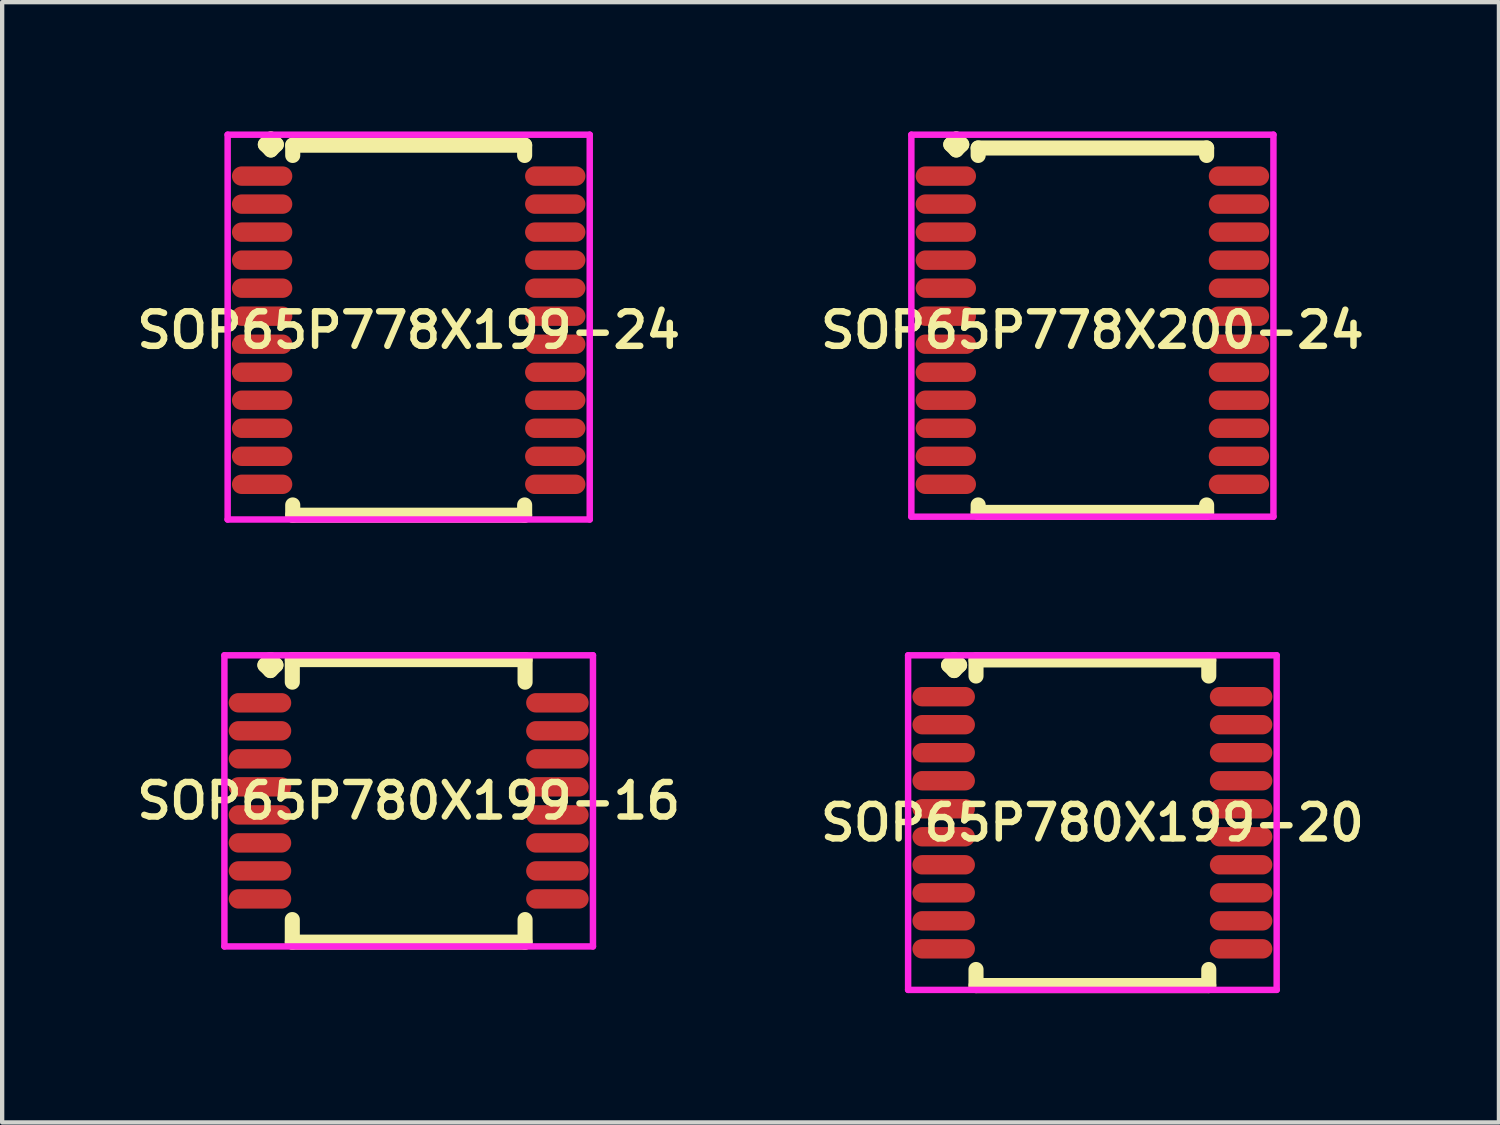
<source format=kicad_pcb>
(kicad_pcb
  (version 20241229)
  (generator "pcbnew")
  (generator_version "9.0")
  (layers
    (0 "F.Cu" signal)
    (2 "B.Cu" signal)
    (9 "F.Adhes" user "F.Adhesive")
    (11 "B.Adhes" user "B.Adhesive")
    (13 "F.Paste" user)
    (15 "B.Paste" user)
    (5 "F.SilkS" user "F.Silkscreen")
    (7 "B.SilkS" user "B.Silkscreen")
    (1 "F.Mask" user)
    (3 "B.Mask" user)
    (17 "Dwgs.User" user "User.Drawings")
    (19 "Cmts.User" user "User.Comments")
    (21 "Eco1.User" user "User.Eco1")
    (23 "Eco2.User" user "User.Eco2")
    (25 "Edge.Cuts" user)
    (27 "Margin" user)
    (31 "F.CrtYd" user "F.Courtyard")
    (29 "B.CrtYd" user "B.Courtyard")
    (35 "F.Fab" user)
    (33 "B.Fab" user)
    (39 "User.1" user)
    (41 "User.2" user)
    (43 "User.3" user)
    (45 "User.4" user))
  (footprint "SOP65P780X199-16"
    (layer "F.Cu")
    (at 6.431 15.529)
    (property "Reference" "SOP65P780X199-16" (at 0 0 0) (layer "F.SilkS") (effects (font (size 0.8 0.8) (thickness 0.15))))
    (attr smd)
    (fp_line (start -3.335 -3.15) (end -3.208 -3.277) (stroke (width 0.35) (type solid)) (layer "F.SilkS"))
    (fp_line (start -3.208 -3.277) (end -3.081 -3.15) (stroke (width 0.35) (type solid)) (layer "F.SilkS"))
    (fp_line (start -3.208 -3.023) (end -3.335 -3.15) (stroke (width 0.35) (type solid)) (layer "F.SilkS"))
    (fp_line (start -3.081 -3.15) (end -3.208 -3.023) (stroke (width 0.35) (type solid)) (layer "F.SilkS"))
    (fp_line (start -2.7 -3.277) (end 2.7 -3.277) (stroke (width 0.35) (type solid)) (layer "F.SilkS"))
    (fp_line (start -2.7 -2.754) (end -2.7 -3.277) (stroke (width 0.35) (type solid)) (layer "F.SilkS"))
    (fp_line (start -2.7 2.754) (end -2.7 3.277) (stroke (width 0.35) (type solid)) (layer "F.SilkS"))
    (fp_line (start -2.7 3.277) (end 2.7 3.277) (stroke (width 0.35) (type solid)) (layer "F.SilkS"))
    (fp_line (start 2.7 -3.277) (end 2.7 -2.754) (stroke (width 0.35) (type solid)) (layer "F.SilkS"))
    (fp_line (start 2.7 3.277) (end 2.7 2.754) (stroke (width 0.35) (type solid)) (layer "F.SilkS"))
    (fp_line (start -4.275 -3.377) (end 4.275 -3.377) (stroke (width 0.15) (type solid)) (layer "F.CrtYd"))
    (fp_line (start -4.275 3.377) (end -4.275 -3.377) (stroke (width 0.15) (type solid)) (layer "F.CrtYd"))
    (fp_line (start 4.275 -3.377) (end 4.275 3.377) (stroke (width 0.15) (type solid)) (layer "F.CrtYd"))
    (fp_line (start 4.275 3.377) (end -4.275 3.377) (stroke (width 0.15) (type solid)) (layer "F.CrtYd"))
    (pad "1" smd oval (at -3.45 -2.275) (size 1.45 0.45) (layers "F.Cu" "F.Mask" "F.Paste"))
    (pad "2" smd oval (at -3.45 -1.625) (size 1.45 0.45) (layers "F.Cu" "F.Mask" "F.Paste"))
    (pad "3" smd oval (at -3.45 -0.975) (size 1.45 0.45) (layers "F.Cu" "F.Mask" "F.Paste"))
    (pad "4" smd oval (at -3.45 -0.325) (size 1.45 0.45) (layers "F.Cu" "F.Mask" "F.Paste"))
    (pad "5" smd oval (at -3.45 0.325) (size 1.45 0.45) (layers "F.Cu" "F.Mask" "F.Paste"))
    (pad "6" smd oval (at -3.45 0.975) (size 1.45 0.45) (layers "F.Cu" "F.Mask" "F.Paste"))
    (pad "7" smd oval (at -3.45 1.625) (size 1.45 0.45) (layers "F.Cu" "F.Mask" "F.Paste"))
    (pad "8" smd oval (at -3.45 2.275) (size 1.45 0.45) (layers "F.Cu" "F.Mask" "F.Paste"))
    (pad "9" smd oval (at 3.45 2.275) (size 1.45 0.45) (layers "F.Cu" "F.Mask" "F.Paste"))
    (pad "10" smd oval (at 3.45 1.625) (size 1.45 0.45) (layers "F.Cu" "F.Mask" "F.Paste"))
    (pad "11" smd oval (at 3.45 0.975) (size 1.45 0.45) (layers "F.Cu" "F.Mask" "F.Paste"))
    (pad "12" smd oval (at 3.45 0.325) (size 1.45 0.45) (layers "F.Cu" "F.Mask" "F.Paste"))
    (pad "13" smd oval (at 3.45 -0.325) (size 1.45 0.45) (layers "F.Cu" "F.Mask" "F.Paste"))
    (pad "14" smd oval (at 3.45 -0.975) (size 1.45 0.45) (layers "F.Cu" "F.Mask" "F.Paste"))
    (pad "15" smd oval (at 3.45 -1.625) (size 1.45 0.45) (layers "F.Cu" "F.Mask" "F.Paste"))
    (pad "16" smd oval (at 3.45 -2.275) (size 1.45 0.45) (layers "F.Cu" "F.Mask" "F.Paste")))
  (footprint "SOP65P778X200-24"
    (layer "F.Cu")
    (at 22.292 4.61)
    (property "Reference" "SOP65P778X200-24" (at 0 0 0) (layer "F.SilkS") (effects (font (size 0.8 0.8) (thickness 0.15))))
    (attr smd)
    (fp_line (start -3.285 -4.308) (end -3.158 -4.435) (stroke (width 0.35) (type solid)) (layer "F.SilkS"))
    (fp_line (start -3.158 -4.435) (end -3.031 -4.308) (stroke (width 0.35) (type solid)) (layer "F.SilkS"))
    (fp_line (start -3.158 -4.181) (end -3.285 -4.308) (stroke (width 0.35) (type solid)) (layer "F.SilkS"))
    (fp_line (start -3.031 -4.308) (end -3.158 -4.181) (stroke (width 0.35) (type solid)) (layer "F.SilkS"))
    (fp_line (start -2.65 -4.227) (end 2.65 -4.227) (stroke (width 0.35) (type solid)) (layer "F.SilkS"))
    (fp_line (start -2.65 -4.054) (end -2.65 -4.227) (stroke (width 0.35) (type solid)) (layer "F.SilkS"))
    (fp_line (start -2.65 4.054) (end -2.65 4.227) (stroke (width 0.35) (type solid)) (layer "F.SilkS"))
    (fp_line (start -2.65 4.227) (end 2.65 4.227) (stroke (width 0.35) (type solid)) (layer "F.SilkS"))
    (fp_line (start 2.65 -4.227) (end 2.65 -4.054) (stroke (width 0.35) (type solid)) (layer "F.SilkS"))
    (fp_line (start 2.65 4.227) (end 2.65 4.054) (stroke (width 0.35) (type solid)) (layer "F.SilkS"))
    (fp_line (start -4.2 -4.535) (end 4.2 -4.535) (stroke (width 0.15) (type solid)) (layer "F.CrtYd"))
    (fp_line (start -4.2 4.327) (end -4.2 -4.535) (stroke (width 0.15) (type solid)) (layer "F.CrtYd"))
    (fp_line (start 4.2 -4.535) (end 4.2 4.327) (stroke (width 0.15) (type solid)) (layer "F.CrtYd"))
    (fp_line (start 4.2 4.327) (end -4.2 4.327) (stroke (width 0.15) (type solid)) (layer "F.CrtYd"))
    (pad "1" smd oval (at -3.4 -3.575) (size 1.4 0.45) (layers "F.Cu" "F.Mask" "F.Paste"))
    (pad "2" smd oval (at -3.4 -2.925) (size 1.4 0.45) (layers "F.Cu" "F.Mask" "F.Paste"))
    (pad "3" smd oval (at -3.4 -2.275) (size 1.4 0.45) (layers "F.Cu" "F.Mask" "F.Paste"))
    (pad "4" smd oval (at -3.4 -1.625) (size 1.4 0.45) (layers "F.Cu" "F.Mask" "F.Paste"))
    (pad "5" smd oval (at -3.4 -0.975) (size 1.4 0.45) (layers "F.Cu" "F.Mask" "F.Paste"))
    (pad "6" smd oval (at -3.4 -0.325) (size 1.4 0.45) (layers "F.Cu" "F.Mask" "F.Paste"))
    (pad "7" smd oval (at -3.4 0.325) (size 1.4 0.45) (layers "F.Cu" "F.Mask" "F.Paste"))
    (pad "8" smd oval (at -3.4 0.975) (size 1.4 0.45) (layers "F.Cu" "F.Mask" "F.Paste"))
    (pad "9" smd oval (at -3.4 1.625) (size 1.4 0.45) (layers "F.Cu" "F.Mask" "F.Paste"))
    (pad "10" smd oval (at -3.4 2.275) (size 1.4 0.45) (layers "F.Cu" "F.Mask" "F.Paste"))
    (pad "11" smd oval (at -3.4 2.925) (size 1.4 0.45) (layers "F.Cu" "F.Mask" "F.Paste"))
    (pad "12" smd oval (at -3.4 3.575) (size 1.4 0.45) (layers "F.Cu" "F.Mask" "F.Paste"))
    (pad "13" smd oval (at 3.4 3.575) (size 1.4 0.45) (layers "F.Cu" "F.Mask" "F.Paste"))
    (pad "14" smd oval (at 3.4 2.925) (size 1.4 0.45) (layers "F.Cu" "F.Mask" "F.Paste"))
    (pad "15" smd oval (at 3.4 2.275) (size 1.4 0.45) (layers "F.Cu" "F.Mask" "F.Paste"))
    (pad "16" smd oval (at 3.4 1.625) (size 1.4 0.45) (layers "F.Cu" "F.Mask" "F.Paste"))
    (pad "17" smd oval (at 3.4 0.975) (size 1.4 0.45) (layers "F.Cu" "F.Mask" "F.Paste"))
    (pad "18" smd oval (at 3.4 0.325) (size 1.4 0.45) (layers "F.Cu" "F.Mask" "F.Paste"))
    (pad "19" smd oval (at 3.4 -0.325) (size 1.4 0.45) (layers "F.Cu" "F.Mask" "F.Paste"))
    (pad "20" smd oval (at 3.4 -0.975) (size 1.4 0.45) (layers "F.Cu" "F.Mask" "F.Paste"))
    (pad "21" smd oval (at 3.4 -1.625) (size 1.4 0.45) (layers "F.Cu" "F.Mask" "F.Paste"))
    (pad "22" smd oval (at 3.4 -2.275) (size 1.4 0.45) (layers "F.Cu" "F.Mask" "F.Paste"))
    (pad "23" smd oval (at 3.4 -2.925) (size 1.4 0.45) (layers "F.Cu" "F.Mask" "F.Paste"))
    (pad "24" smd oval (at 3.4 -3.575) (size 1.4 0.45) (layers "F.Cu" "F.Mask" "F.Paste")))
  (footprint "SOP65P780X199-20"
    (layer "F.Cu")
    (at 22.292 16.037)
    (property "Reference" "SOP65P780X199-20" (at 0 0 0) (layer "F.SilkS") (effects (font (size 0.8 0.8) (thickness 0.15))))
    (attr smd)
    (fp_line (start -3.335 -3.658) (end -3.208 -3.785) (stroke (width 0.35) (type solid)) (layer "F.SilkS"))
    (fp_line (start -3.208 -3.785) (end -3.081 -3.658) (stroke (width 0.35) (type solid)) (layer "F.SilkS"))
    (fp_line (start -3.208 -3.531) (end -3.335 -3.658) (stroke (width 0.35) (type solid)) (layer "F.SilkS"))
    (fp_line (start -3.081 -3.658) (end -3.208 -3.531) (stroke (width 0.35) (type solid)) (layer "F.SilkS"))
    (fp_line (start -2.7 -3.777) (end 2.7 -3.777) (stroke (width 0.35) (type solid)) (layer "F.SilkS"))
    (fp_line (start -2.7 -3.404) (end -2.7 -3.777) (stroke (width 0.35) (type solid)) (layer "F.SilkS"))
    (fp_line (start -2.7 3.404) (end -2.7 3.777) (stroke (width 0.35) (type solid)) (layer "F.SilkS"))
    (fp_line (start -2.7 3.777) (end 2.7 3.777) (stroke (width 0.35) (type solid)) (layer "F.SilkS"))
    (fp_line (start 2.7 -3.777) (end 2.7 -3.404) (stroke (width 0.35) (type solid)) (layer "F.SilkS"))
    (fp_line (start 2.7 3.777) (end 2.7 3.404) (stroke (width 0.35) (type solid)) (layer "F.SilkS"))
    (fp_line (start -4.275 -3.885) (end 4.275 -3.885) (stroke (width 0.15) (type solid)) (layer "F.CrtYd"))
    (fp_line (start -4.275 3.877) (end -4.275 -3.885) (stroke (width 0.15) (type solid)) (layer "F.CrtYd"))
    (fp_line (start 4.275 -3.885) (end 4.275 3.877) (stroke (width 0.15) (type solid)) (layer "F.CrtYd"))
    (fp_line (start 4.275 3.877) (end -4.275 3.877) (stroke (width 0.15) (type solid)) (layer "F.CrtYd"))
    (pad "1" smd oval (at -3.45 -2.925) (size 1.45 0.45) (layers "F.Cu" "F.Mask" "F.Paste"))
    (pad "2" smd oval (at -3.45 -2.275) (size 1.45 0.45) (layers "F.Cu" "F.Mask" "F.Paste"))
    (pad "3" smd oval (at -3.45 -1.625) (size 1.45 0.45) (layers "F.Cu" "F.Mask" "F.Paste"))
    (pad "4" smd oval (at -3.45 -0.975) (size 1.45 0.45) (layers "F.Cu" "F.Mask" "F.Paste"))
    (pad "5" smd oval (at -3.45 -0.325) (size 1.45 0.45) (layers "F.Cu" "F.Mask" "F.Paste"))
    (pad "6" smd oval (at -3.45 0.325) (size 1.45 0.45) (layers "F.Cu" "F.Mask" "F.Paste"))
    (pad "7" smd oval (at -3.45 0.975) (size 1.45 0.45) (layers "F.Cu" "F.Mask" "F.Paste"))
    (pad "8" smd oval (at -3.45 1.625) (size 1.45 0.45) (layers "F.Cu" "F.Mask" "F.Paste"))
    (pad "9" smd oval (at -3.45 2.275) (size 1.45 0.45) (layers "F.Cu" "F.Mask" "F.Paste"))
    (pad "10" smd oval (at -3.45 2.925) (size 1.45 0.45) (layers "F.Cu" "F.Mask" "F.Paste"))
    (pad "11" smd oval (at 3.45 2.925) (size 1.45 0.45) (layers "F.Cu" "F.Mask" "F.Paste"))
    (pad "12" smd oval (at 3.45 2.275) (size 1.45 0.45) (layers "F.Cu" "F.Mask" "F.Paste"))
    (pad "13" smd oval (at 3.45 1.625) (size 1.45 0.45) (layers "F.Cu" "F.Mask" "F.Paste"))
    (pad "14" smd oval (at 3.45 0.975) (size 1.45 0.45) (layers "F.Cu" "F.Mask" "F.Paste"))
    (pad "15" smd oval (at 3.45 0.325) (size 1.45 0.45) (layers "F.Cu" "F.Mask" "F.Paste"))
    (pad "16" smd oval (at 3.45 -0.325) (size 1.45 0.45) (layers "F.Cu" "F.Mask" "F.Paste"))
    (pad "17" smd oval (at 3.45 -0.975) (size 1.45 0.45) (layers "F.Cu" "F.Mask" "F.Paste"))
    (pad "18" smd oval (at 3.45 -1.625) (size 1.45 0.45) (layers "F.Cu" "F.Mask" "F.Paste"))
    (pad "19" smd oval (at 3.45 -2.275) (size 1.45 0.45) (layers "F.Cu" "F.Mask" "F.Paste"))
    (pad "20" smd oval (at 3.45 -2.925) (size 1.45 0.45) (layers "F.Cu" "F.Mask" "F.Paste")))
  (footprint "SOP65P778X199-24"
    (layer "F.Cu")
    (at 6.431 4.61)
    (property "Reference" "SOP65P778X199-24" (at 0 0 0) (layer "F.SilkS") (effects (font (size 0.8 0.8) (thickness 0.15))))
    (attr smd)
    (fp_line (start -3.325 -4.308) (end -3.198 -4.435) (stroke (width 0.35) (type solid)) (layer "F.SilkS"))
    (fp_line (start -3.198 -4.435) (end -3.071 -4.308) (stroke (width 0.35) (type solid)) (layer "F.SilkS"))
    (fp_line (start -3.198 -4.181) (end -3.325 -4.308) (stroke (width 0.35) (type solid)) (layer "F.SilkS"))
    (fp_line (start -3.071 -4.308) (end -3.198 -4.181) (stroke (width 0.35) (type solid)) (layer "F.SilkS"))
    (fp_line (start -2.69 -4.292) (end 2.69 -4.292) (stroke (width 0.35) (type solid)) (layer "F.SilkS"))
    (fp_line (start -2.69 -4.054) (end -2.69 -4.292) (stroke (width 0.35) (type solid)) (layer "F.SilkS"))
    (fp_line (start -2.69 4.054) (end -2.69 4.292) (stroke (width 0.35) (type solid)) (layer "F.SilkS"))
    (fp_line (start -2.69 4.292) (end 2.69 4.292) (stroke (width 0.35) (type solid)) (layer "F.SilkS"))
    (fp_line (start 2.69 -4.292) (end 2.69 -4.054) (stroke (width 0.35) (type solid)) (layer "F.SilkS"))
    (fp_line (start 2.69 4.292) (end 2.69 4.054) (stroke (width 0.35) (type solid)) (layer "F.SilkS"))
    (fp_line (start -4.2 -4.535) (end 4.2 -4.535) (stroke (width 0.15) (type solid)) (layer "F.CrtYd"))
    (fp_line (start -4.2 4.392) (end -4.2 -4.535) (stroke (width 0.15) (type solid)) (layer "F.CrtYd"))
    (fp_line (start 4.2 -4.535) (end 4.2 4.392) (stroke (width 0.15) (type solid)) (layer "F.CrtYd"))
    (fp_line (start 4.2 4.392) (end -4.2 4.392) (stroke (width 0.15) (type solid)) (layer "F.CrtYd"))
    (pad "1" smd oval (at -3.4 -3.575) (size 1.4 0.45) (layers "F.Cu" "F.Mask" "F.Paste"))
    (pad "2" smd oval (at -3.4 -2.925) (size 1.4 0.45) (layers "F.Cu" "F.Mask" "F.Paste"))
    (pad "3" smd oval (at -3.4 -2.275) (size 1.4 0.45) (layers "F.Cu" "F.Mask" "F.Paste"))
    (pad "4" smd oval (at -3.4 -1.625) (size 1.4 0.45) (layers "F.Cu" "F.Mask" "F.Paste"))
    (pad "5" smd oval (at -3.4 -0.975) (size 1.4 0.45) (layers "F.Cu" "F.Mask" "F.Paste"))
    (pad "6" smd oval (at -3.4 -0.325) (size 1.4 0.45) (layers "F.Cu" "F.Mask" "F.Paste"))
    (pad "7" smd oval (at -3.4 0.325) (size 1.4 0.45) (layers "F.Cu" "F.Mask" "F.Paste"))
    (pad "8" smd oval (at -3.4 0.975) (size 1.4 0.45) (layers "F.Cu" "F.Mask" "F.Paste"))
    (pad "9" smd oval (at -3.4 1.625) (size 1.4 0.45) (layers "F.Cu" "F.Mask" "F.Paste"))
    (pad "10" smd oval (at -3.4 2.275) (size 1.4 0.45) (layers "F.Cu" "F.Mask" "F.Paste"))
    (pad "11" smd oval (at -3.4 2.925) (size 1.4 0.45) (layers "F.Cu" "F.Mask" "F.Paste"))
    (pad "12" smd oval (at -3.4 3.575) (size 1.4 0.45) (layers "F.Cu" "F.Mask" "F.Paste"))
    (pad "13" smd oval (at 3.4 3.575) (size 1.4 0.45) (layers "F.Cu" "F.Mask" "F.Paste"))
    (pad "14" smd oval (at 3.4 2.925) (size 1.4 0.45) (layers "F.Cu" "F.Mask" "F.Paste"))
    (pad "15" smd oval (at 3.4 2.275) (size 1.4 0.45) (layers "F.Cu" "F.Mask" "F.Paste"))
    (pad "16" smd oval (at 3.4 1.625) (size 1.4 0.45) (layers "F.Cu" "F.Mask" "F.Paste"))
    (pad "17" smd oval (at 3.4 0.975) (size 1.4 0.45) (layers "F.Cu" "F.Mask" "F.Paste"))
    (pad "18" smd oval (at 3.4 0.325) (size 1.4 0.45) (layers "F.Cu" "F.Mask" "F.Paste"))
    (pad "19" smd oval (at 3.4 -0.325) (size 1.4 0.45) (layers "F.Cu" "F.Mask" "F.Paste"))
    (pad "20" smd oval (at 3.4 -0.975) (size 1.4 0.45) (layers "F.Cu" "F.Mask" "F.Paste"))
    (pad "21" smd oval (at 3.4 -1.625) (size 1.4 0.45) (layers "F.Cu" "F.Mask" "F.Paste"))
    (pad "22" smd oval (at 3.4 -2.275) (size 1.4 0.45) (layers "F.Cu" "F.Mask" "F.Paste"))
    (pad "23" smd oval (at 3.4 -2.925) (size 1.4 0.45) (layers "F.Cu" "F.Mask" "F.Paste"))
    (pad "24" smd oval (at 3.4 -3.575) (size 1.4 0.45) (layers "F.Cu" "F.Mask" "F.Paste")))
  (gr_rect
    (start -3 -3)
    (end 31.723 22.989)
    (stroke (width 0.1) (type default))
    (fill no)
    (layer "Edge.Cuts")))
</source>
